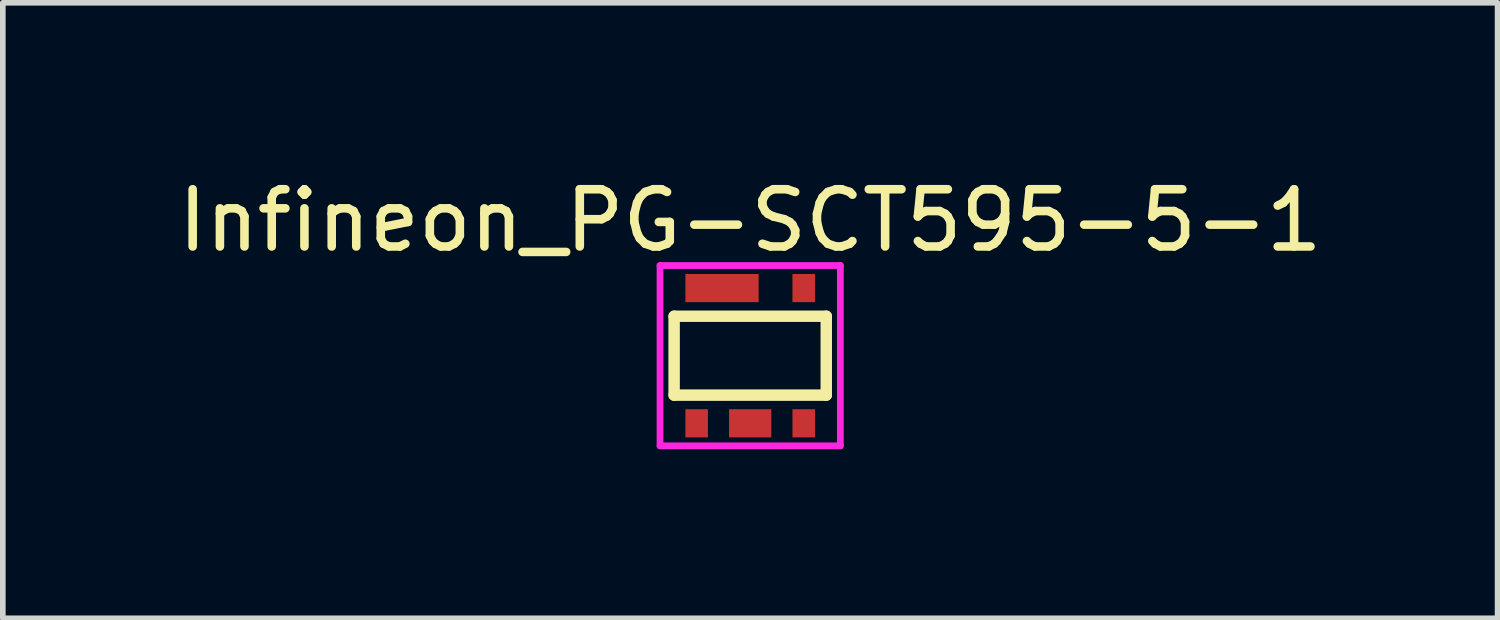
<source format=kicad_pcb>
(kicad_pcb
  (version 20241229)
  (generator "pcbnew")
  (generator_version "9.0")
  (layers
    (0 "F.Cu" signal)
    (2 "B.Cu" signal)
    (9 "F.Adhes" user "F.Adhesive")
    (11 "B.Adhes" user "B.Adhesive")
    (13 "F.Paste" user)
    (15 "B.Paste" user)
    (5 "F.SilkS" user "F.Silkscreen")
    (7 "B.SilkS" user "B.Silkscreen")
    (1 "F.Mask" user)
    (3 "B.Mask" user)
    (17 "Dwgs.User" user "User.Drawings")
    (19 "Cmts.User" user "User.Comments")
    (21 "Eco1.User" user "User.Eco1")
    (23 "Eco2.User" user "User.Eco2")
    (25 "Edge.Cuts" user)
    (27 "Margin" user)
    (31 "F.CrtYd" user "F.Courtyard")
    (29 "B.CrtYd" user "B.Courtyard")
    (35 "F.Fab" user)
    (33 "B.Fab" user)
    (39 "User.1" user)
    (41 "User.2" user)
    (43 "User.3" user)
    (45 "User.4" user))
  (footprint "Infineon_PG-SCT595-5-1"
    (layer "F.Cu")
    (at 10.263 3.262)
    (property "Reference" "Infineon_PG-SCT595-5-1" (at 0 -2.4 0) (layer "F.SilkS") (effects (font (size 1.016 1.016) (thickness 0.152))))
    (attr smd)
    (fp_line (start -1.35 -0.7) (end 1.35 -0.7) (stroke (width 0.203) (type solid)) (layer "F.SilkS"))
    (fp_line (start -1.35 0.7) (end -1.35 -0.7) (stroke (width 0.203) (type solid)) (layer "F.SilkS"))
    (fp_line (start 1.35 -0.7) (end 1.35 0.7) (stroke (width 0.203) (type solid)) (layer "F.SilkS"))
    (fp_line (start 1.35 0.7) (end -1.35 0.7) (stroke (width 0.203) (type solid)) (layer "F.SilkS"))
    (fp_line (start -1.6 -1.6) (end 1.6 -1.6) (stroke (width 0.12) (type solid)) (layer "F.CrtYd"))
    (fp_line (start -1.6 1.6) (end -1.6 -1.6) (stroke (width 0.12) (type solid)) (layer "F.CrtYd"))
    (fp_line (start 1.6 -1.6) (end 1.6 1.6) (stroke (width 0.12) (type solid)) (layer "F.CrtYd"))
    (fp_line (start 1.6 1.6) (end -1.6 1.6) (stroke (width 0.12) (type solid)) (layer "F.CrtYd"))
    (pad "1" smd rect (at -0.95 1.2) (size 0.4 0.5) (layers "F.Cu" "F.Mask" "F.Paste"))
    (pad "2" smd rect (at 0 1.2) (size 0.75 0.5) (layers "F.Cu" "F.Mask" "F.Paste"))
    (pad "3" smd rect (at 0.95 1.2) (size 0.4 0.5) (layers "F.Cu" "F.Mask" "F.Paste"))
    (pad "4" smd rect (at 0.95 -1.2) (size 0.4 0.5) (layers "F.Cu" "F.Mask" "F.Paste"))
    (pad "5" smd rect (at -0.5 -1.2) (size 1.3 0.5) (layers "F.Cu" "F.Mask" "F.Paste")))
  (gr_rect
    (start -3 -3)
    (end 23.526 7.922)
    (stroke (width 0.1) (type default))
    (fill no)
    (layer "Edge.Cuts")))
</source>
